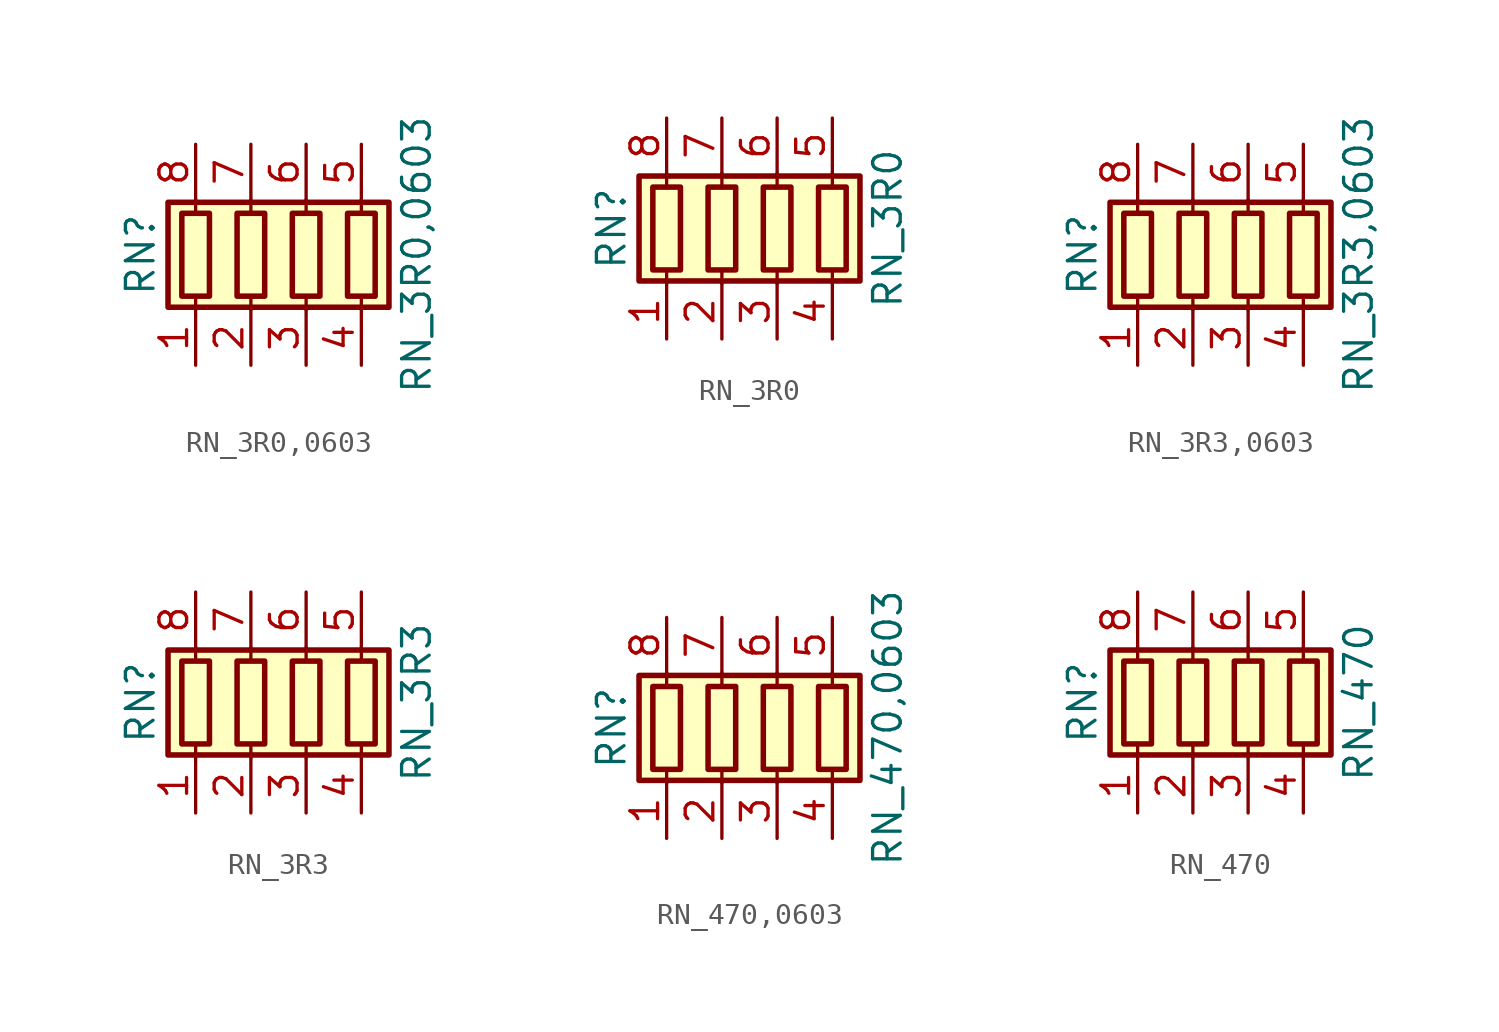
<source format=kicad_sym>
(kicad_symbol_lib
  (version 20211014)
  (generator kicad_symbol_editor)
  (symbol "RN_3R0,0603"
    (pin_names
      (offset 0) hide)
    (property "Reference" "RN"
      (at -7.62 0 90)
      (effects (font (size 1.27 1.27))))
    (property "Value" "RN_3R0,0603"
      (at 5.08 0 90)
      (effects (font (size 1.27 1.27))))
    (symbol "RN_3R0,0603_0_1"
      (rectangle (start -6.35 -2.413) (end 3.81 2.413) (stroke (width 0.254) (type default) (color 0 0 0 0)) (fill (type background)))
      (rectangle (start -5.715 1.905) (end -4.445 -1.905) (stroke (width 0.254) (type default) (color 0 0 0 0)) (fill (type none)))
      (rectangle (start -3.175 1.905) (end -1.905 -1.905) (stroke (width 0.254) (type default) (color 0 0 0 0)) (fill (type none)))
      (rectangle (start -0.635 1.905) (end 0.635 -1.905) (stroke (width 0.254) (type default) (color 0 0 0 0)) (fill (type none)))
      (polyline (pts (xy -5.08 -2.54) (xy -5.08 -1.905)) (stroke (width 0) (type default) (color 0 0 0 0)) (fill (type none)))
      (polyline (pts (xy -5.08 1.905) (xy -5.08 2.54)) (stroke (width 0) (type default) (color 0 0 0 0)) (fill (type none)))
      (polyline (pts (xy -2.54 -2.54) (xy -2.54 -1.905)) (stroke (width 0) (type default) (color 0 0 0 0)) (fill (type none)))
      (polyline (pts (xy -2.54 1.905) (xy -2.54 2.54)) (stroke (width 0) (type default) (color 0 0 0 0)) (fill (type none)))
      (polyline (pts (xy 0 -2.54) (xy 0 -1.905)) (stroke (width 0) (type default) (color 0 0 0 0)) (fill (type none)))
      (polyline (pts (xy 0 1.905) (xy 0 2.54)) (stroke (width 0) (type default) (color 0 0 0 0)) (fill (type none)))
      (polyline (pts (xy 2.54 -2.54) (xy 2.54 -1.905)) (stroke (width 0) (type default) (color 0 0 0 0)) (fill (type none)))
      (polyline (pts (xy 2.54 1.905) (xy 2.54 2.54)) (stroke (width 0) (type default) (color 0 0 0 0)) (fill (type none)))
      (rectangle (start 1.905 1.905) (end 3.175 -1.905) (stroke (width 0.254) (type default) (color 0 0 0 0)) (fill (type none))))
    (symbol "RN_3R0,0603_1_1"
      (pin passive line (at -5.08 -5.08 90) (length 2.54) (name "R1.1" (effects (font (size 1.27 1.27)))) (number "1" (effects (font (size 1.27 1.27)))))
      (pin passive line (at -2.54 -5.08 90) (length 2.54) (name "R2.1" (effects (font (size 1.27 1.27)))) (number "2" (effects (font (size 1.27 1.27)))))
      (pin passive line (at 0 -5.08 90) (length 2.54) (name "R3.1" (effects (font (size 1.27 1.27)))) (number "3" (effects (font (size 1.27 1.27)))))
      (pin passive line (at 2.54 -5.08 90) (length 2.54) (name "R4.1" (effects (font (size 1.27 1.27)))) (number "4" (effects (font (size 1.27 1.27)))))
      (pin passive line (at 2.54 5.08 270) (length 2.54) (name "R4.2" (effects (font (size 1.27 1.27)))) (number "5" (effects (font (size 1.27 1.27)))))
      (pin passive line (at 0 5.08 270) (length 2.54) (name "R3.2" (effects (font (size 1.27 1.27)))) (number "6" (effects (font (size 1.27 1.27)))))
      (pin passive line (at -2.54 5.08 270) (length 2.54) (name "R2.2" (effects (font (size 1.27 1.27)))) (number "7" (effects (font (size 1.27 1.27)))))
      (pin passive line (at -5.08 5.08 270) (length 2.54) (name "R1.2" (effects (font (size 1.27 1.27)))) (number "8" (effects (font (size 1.27 1.27)))))))
  (symbol "RN_3R0"
    (pin_names
      (offset 0) hide)
    (property "Reference" "RN"
      (at -7.62 0 90)
      (effects (font (size 1.27 1.27))))
    (property "Value" "RN_3R0"
      (at 5.08 0 90)
      (effects (font (size 1.27 1.27))))
    (symbol "RN_3R0_0_1"
      (rectangle (start -6.35 -2.413) (end 3.81 2.413) (stroke (width 0.254) (type default) (color 0 0 0 0)) (fill (type background)))
      (rectangle (start -5.715 1.905) (end -4.445 -1.905) (stroke (width 0.254) (type default) (color 0 0 0 0)) (fill (type none)))
      (rectangle (start -3.175 1.905) (end -1.905 -1.905) (stroke (width 0.254) (type default) (color 0 0 0 0)) (fill (type none)))
      (rectangle (start -0.635 1.905) (end 0.635 -1.905) (stroke (width 0.254) (type default) (color 0 0 0 0)) (fill (type none)))
      (polyline (pts (xy -5.08 -2.54) (xy -5.08 -1.905)) (stroke (width 0) (type default) (color 0 0 0 0)) (fill (type none)))
      (polyline (pts (xy -5.08 1.905) (xy -5.08 2.54)) (stroke (width 0) (type default) (color 0 0 0 0)) (fill (type none)))
      (polyline (pts (xy -2.54 -2.54) (xy -2.54 -1.905)) (stroke (width 0) (type default) (color 0 0 0 0)) (fill (type none)))
      (polyline (pts (xy -2.54 1.905) (xy -2.54 2.54)) (stroke (width 0) (type default) (color 0 0 0 0)) (fill (type none)))
      (polyline (pts (xy 0 -2.54) (xy 0 -1.905)) (stroke (width 0) (type default) (color 0 0 0 0)) (fill (type none)))
      (polyline (pts (xy 0 1.905) (xy 0 2.54)) (stroke (width 0) (type default) (color 0 0 0 0)) (fill (type none)))
      (polyline (pts (xy 2.54 -2.54) (xy 2.54 -1.905)) (stroke (width 0) (type default) (color 0 0 0 0)) (fill (type none)))
      (polyline (pts (xy 2.54 1.905) (xy 2.54 2.54)) (stroke (width 0) (type default) (color 0 0 0 0)) (fill (type none)))
      (rectangle (start 1.905 1.905) (end 3.175 -1.905) (stroke (width 0.254) (type default) (color 0 0 0 0)) (fill (type none))))
    (symbol "RN_3R0_1_1"
      (pin passive line (at -5.08 -5.08 90) (length 2.54) (name "R1.1" (effects (font (size 1.27 1.27)))) (number "1" (effects (font (size 1.27 1.27)))))
      (pin passive line (at -2.54 -5.08 90) (length 2.54) (name "R2.1" (effects (font (size 1.27 1.27)))) (number "2" (effects (font (size 1.27 1.27)))))
      (pin passive line (at 0 -5.08 90) (length 2.54) (name "R3.1" (effects (font (size 1.27 1.27)))) (number "3" (effects (font (size 1.27 1.27)))))
      (pin passive line (at 2.54 -5.08 90) (length 2.54) (name "R4.1" (effects (font (size 1.27 1.27)))) (number "4" (effects (font (size 1.27 1.27)))))
      (pin passive line (at 2.54 5.08 270) (length 2.54) (name "R4.2" (effects (font (size 1.27 1.27)))) (number "5" (effects (font (size 1.27 1.27)))))
      (pin passive line (at 0 5.08 270) (length 2.54) (name "R3.2" (effects (font (size 1.27 1.27)))) (number "6" (effects (font (size 1.27 1.27)))))
      (pin passive line (at -2.54 5.08 270) (length 2.54) (name "R2.2" (effects (font (size 1.27 1.27)))) (number "7" (effects (font (size 1.27 1.27)))))
      (pin passive line (at -5.08 5.08 270) (length 2.54) (name "R1.2" (effects (font (size 1.27 1.27)))) (number "8" (effects (font (size 1.27 1.27)))))))
  (symbol "RN_3R3,0603"
    (pin_names
      (offset 0) hide)
    (property "Reference" "RN"
      (at -7.62 0 90)
      (effects (font (size 1.27 1.27))))
    (property "Value" "RN_3R3,0603"
      (at 5.08 0 90)
      (effects (font (size 1.27 1.27))))
    (symbol "RN_3R3,0603_0_1"
      (rectangle (start -6.35 -2.413) (end 3.81 2.413) (stroke (width 0.254) (type default) (color 0 0 0 0)) (fill (type background)))
      (rectangle (start -5.715 1.905) (end -4.445 -1.905) (stroke (width 0.254) (type default) (color 0 0 0 0)) (fill (type none)))
      (rectangle (start -3.175 1.905) (end -1.905 -1.905) (stroke (width 0.254) (type default) (color 0 0 0 0)) (fill (type none)))
      (rectangle (start -0.635 1.905) (end 0.635 -1.905) (stroke (width 0.254) (type default) (color 0 0 0 0)) (fill (type none)))
      (polyline (pts (xy -5.08 -2.54) (xy -5.08 -1.905)) (stroke (width 0) (type default) (color 0 0 0 0)) (fill (type none)))
      (polyline (pts (xy -5.08 1.905) (xy -5.08 2.54)) (stroke (width 0) (type default) (color 0 0 0 0)) (fill (type none)))
      (polyline (pts (xy -2.54 -2.54) (xy -2.54 -1.905)) (stroke (width 0) (type default) (color 0 0 0 0)) (fill (type none)))
      (polyline (pts (xy -2.54 1.905) (xy -2.54 2.54)) (stroke (width 0) (type default) (color 0 0 0 0)) (fill (type none)))
      (polyline (pts (xy 0 -2.54) (xy 0 -1.905)) (stroke (width 0) (type default) (color 0 0 0 0)) (fill (type none)))
      (polyline (pts (xy 0 1.905) (xy 0 2.54)) (stroke (width 0) (type default) (color 0 0 0 0)) (fill (type none)))
      (polyline (pts (xy 2.54 -2.54) (xy 2.54 -1.905)) (stroke (width 0) (type default) (color 0 0 0 0)) (fill (type none)))
      (polyline (pts (xy 2.54 1.905) (xy 2.54 2.54)) (stroke (width 0) (type default) (color 0 0 0 0)) (fill (type none)))
      (rectangle (start 1.905 1.905) (end 3.175 -1.905) (stroke (width 0.254) (type default) (color 0 0 0 0)) (fill (type none))))
    (symbol "RN_3R3,0603_1_1"
      (pin passive line (at -5.08 -5.08 90) (length 2.54) (name "R1.1" (effects (font (size 1.27 1.27)))) (number "1" (effects (font (size 1.27 1.27)))))
      (pin passive line (at -2.54 -5.08 90) (length 2.54) (name "R2.1" (effects (font (size 1.27 1.27)))) (number "2" (effects (font (size 1.27 1.27)))))
      (pin passive line (at 0 -5.08 90) (length 2.54) (name "R3.1" (effects (font (size 1.27 1.27)))) (number "3" (effects (font (size 1.27 1.27)))))
      (pin passive line (at 2.54 -5.08 90) (length 2.54) (name "R4.1" (effects (font (size 1.27 1.27)))) (number "4" (effects (font (size 1.27 1.27)))))
      (pin passive line (at 2.54 5.08 270) (length 2.54) (name "R4.2" (effects (font (size 1.27 1.27)))) (number "5" (effects (font (size 1.27 1.27)))))
      (pin passive line (at 0 5.08 270) (length 2.54) (name "R3.2" (effects (font (size 1.27 1.27)))) (number "6" (effects (font (size 1.27 1.27)))))
      (pin passive line (at -2.54 5.08 270) (length 2.54) (name "R2.2" (effects (font (size 1.27 1.27)))) (number "7" (effects (font (size 1.27 1.27)))))
      (pin passive line (at -5.08 5.08 270) (length 2.54) (name "R1.2" (effects (font (size 1.27 1.27)))) (number "8" (effects (font (size 1.27 1.27)))))))
  (symbol "RN_3R3"
    (pin_names
      (offset 0) hide)
    (property "Reference" "RN"
      (at -7.62 0 90)
      (effects (font (size 1.27 1.27))))
    (property "Value" "RN_3R3"
      (at 5.08 0 90)
      (effects (font (size 1.27 1.27))))
    (symbol "RN_3R3_0_1"
      (rectangle (start -6.35 -2.413) (end 3.81 2.413) (stroke (width 0.254) (type default) (color 0 0 0 0)) (fill (type background)))
      (rectangle (start -5.715 1.905) (end -4.445 -1.905) (stroke (width 0.254) (type default) (color 0 0 0 0)) (fill (type none)))
      (rectangle (start -3.175 1.905) (end -1.905 -1.905) (stroke (width 0.254) (type default) (color 0 0 0 0)) (fill (type none)))
      (rectangle (start -0.635 1.905) (end 0.635 -1.905) (stroke (width 0.254) (type default) (color 0 0 0 0)) (fill (type none)))
      (polyline (pts (xy -5.08 -2.54) (xy -5.08 -1.905)) (stroke (width 0) (type default) (color 0 0 0 0)) (fill (type none)))
      (polyline (pts (xy -5.08 1.905) (xy -5.08 2.54)) (stroke (width 0) (type default) (color 0 0 0 0)) (fill (type none)))
      (polyline (pts (xy -2.54 -2.54) (xy -2.54 -1.905)) (stroke (width 0) (type default) (color 0 0 0 0)) (fill (type none)))
      (polyline (pts (xy -2.54 1.905) (xy -2.54 2.54)) (stroke (width 0) (type default) (color 0 0 0 0)) (fill (type none)))
      (polyline (pts (xy 0 -2.54) (xy 0 -1.905)) (stroke (width 0) (type default) (color 0 0 0 0)) (fill (type none)))
      (polyline (pts (xy 0 1.905) (xy 0 2.54)) (stroke (width 0) (type default) (color 0 0 0 0)) (fill (type none)))
      (polyline (pts (xy 2.54 -2.54) (xy 2.54 -1.905)) (stroke (width 0) (type default) (color 0 0 0 0)) (fill (type none)))
      (polyline (pts (xy 2.54 1.905) (xy 2.54 2.54)) (stroke (width 0) (type default) (color 0 0 0 0)) (fill (type none)))
      (rectangle (start 1.905 1.905) (end 3.175 -1.905) (stroke (width 0.254) (type default) (color 0 0 0 0)) (fill (type none))))
    (symbol "RN_3R3_1_1"
      (pin passive line (at -5.08 -5.08 90) (length 2.54) (name "R1.1" (effects (font (size 1.27 1.27)))) (number "1" (effects (font (size 1.27 1.27)))))
      (pin passive line (at -2.54 -5.08 90) (length 2.54) (name "R2.1" (effects (font (size 1.27 1.27)))) (number "2" (effects (font (size 1.27 1.27)))))
      (pin passive line (at 0 -5.08 90) (length 2.54) (name "R3.1" (effects (font (size 1.27 1.27)))) (number "3" (effects (font (size 1.27 1.27)))))
      (pin passive line (at 2.54 -5.08 90) (length 2.54) (name "R4.1" (effects (font (size 1.27 1.27)))) (number "4" (effects (font (size 1.27 1.27)))))
      (pin passive line (at 2.54 5.08 270) (length 2.54) (name "R4.2" (effects (font (size 1.27 1.27)))) (number "5" (effects (font (size 1.27 1.27)))))
      (pin passive line (at 0 5.08 270) (length 2.54) (name "R3.2" (effects (font (size 1.27 1.27)))) (number "6" (effects (font (size 1.27 1.27)))))
      (pin passive line (at -2.54 5.08 270) (length 2.54) (name "R2.2" (effects (font (size 1.27 1.27)))) (number "7" (effects (font (size 1.27 1.27)))))
      (pin passive line (at -5.08 5.08 270) (length 2.54) (name "R1.2" (effects (font (size 1.27 1.27)))) (number "8" (effects (font (size 1.27 1.27)))))))
  (symbol "RN_470,0603"
    (pin_names
      (offset 0) hide)
    (property "Reference" "RN"
      (at -7.62 0 90)
      (effects (font (size 1.27 1.27))))
    (property "Value" "RN_470,0603"
      (at 5.08 0 90)
      (effects (font (size 1.27 1.27))))
    (symbol "RN_470,0603_0_1"
      (rectangle (start -6.35 -2.413) (end 3.81 2.413) (stroke (width 0.254) (type default) (color 0 0 0 0)) (fill (type background)))
      (rectangle (start -5.715 1.905) (end -4.445 -1.905) (stroke (width 0.254) (type default) (color 0 0 0 0)) (fill (type none)))
      (rectangle (start -3.175 1.905) (end -1.905 -1.905) (stroke (width 0.254) (type default) (color 0 0 0 0)) (fill (type none)))
      (rectangle (start -0.635 1.905) (end 0.635 -1.905) (stroke (width 0.254) (type default) (color 0 0 0 0)) (fill (type none)))
      (polyline (pts (xy -5.08 -2.54) (xy -5.08 -1.905)) (stroke (width 0) (type default) (color 0 0 0 0)) (fill (type none)))
      (polyline (pts (xy -5.08 1.905) (xy -5.08 2.54)) (stroke (width 0) (type default) (color 0 0 0 0)) (fill (type none)))
      (polyline (pts (xy -2.54 -2.54) (xy -2.54 -1.905)) (stroke (width 0) (type default) (color 0 0 0 0)) (fill (type none)))
      (polyline (pts (xy -2.54 1.905) (xy -2.54 2.54)) (stroke (width 0) (type default) (color 0 0 0 0)) (fill (type none)))
      (polyline (pts (xy 0 -2.54) (xy 0 -1.905)) (stroke (width 0) (type default) (color 0 0 0 0)) (fill (type none)))
      (polyline (pts (xy 0 1.905) (xy 0 2.54)) (stroke (width 0) (type default) (color 0 0 0 0)) (fill (type none)))
      (polyline (pts (xy 2.54 -2.54) (xy 2.54 -1.905)) (stroke (width 0) (type default) (color 0 0 0 0)) (fill (type none)))
      (polyline (pts (xy 2.54 1.905) (xy 2.54 2.54)) (stroke (width 0) (type default) (color 0 0 0 0)) (fill (type none)))
      (rectangle (start 1.905 1.905) (end 3.175 -1.905) (stroke (width 0.254) (type default) (color 0 0 0 0)) (fill (type none))))
    (symbol "RN_470,0603_1_1"
      (pin passive line (at -5.08 -5.08 90) (length 2.54) (name "R1.1" (effects (font (size 1.27 1.27)))) (number "1" (effects (font (size 1.27 1.27)))))
      (pin passive line (at -2.54 -5.08 90) (length 2.54) (name "R2.1" (effects (font (size 1.27 1.27)))) (number "2" (effects (font (size 1.27 1.27)))))
      (pin passive line (at 0 -5.08 90) (length 2.54) (name "R3.1" (effects (font (size 1.27 1.27)))) (number "3" (effects (font (size 1.27 1.27)))))
      (pin passive line (at 2.54 -5.08 90) (length 2.54) (name "R4.1" (effects (font (size 1.27 1.27)))) (number "4" (effects (font (size 1.27 1.27)))))
      (pin passive line (at 2.54 5.08 270) (length 2.54) (name "R4.2" (effects (font (size 1.27 1.27)))) (number "5" (effects (font (size 1.27 1.27)))))
      (pin passive line (at 0 5.08 270) (length 2.54) (name "R3.2" (effects (font (size 1.27 1.27)))) (number "6" (effects (font (size 1.27 1.27)))))
      (pin passive line (at -2.54 5.08 270) (length 2.54) (name "R2.2" (effects (font (size 1.27 1.27)))) (number "7" (effects (font (size 1.27 1.27)))))
      (pin passive line (at -5.08 5.08 270) (length 2.54) (name "R1.2" (effects (font (size 1.27 1.27)))) (number "8" (effects (font (size 1.27 1.27)))))))
  (symbol "RN_470"
    (pin_names
      (offset 0) hide)
    (property "Reference" "RN"
      (at -7.62 0 90)
      (effects (font (size 1.27 1.27))))
    (property "Value" "RN_470"
      (at 5.08 0 90)
      (effects (font (size 1.27 1.27))))
    (symbol "RN_470_0_1"
      (rectangle (start -6.35 -2.413) (end 3.81 2.413) (stroke (width 0.254) (type default) (color 0 0 0 0)) (fill (type background)))
      (rectangle (start -5.715 1.905) (end -4.445 -1.905) (stroke (width 0.254) (type default) (color 0 0 0 0)) (fill (type none)))
      (rectangle (start -3.175 1.905) (end -1.905 -1.905) (stroke (width 0.254) (type default) (color 0 0 0 0)) (fill (type none)))
      (rectangle (start -0.635 1.905) (end 0.635 -1.905) (stroke (width 0.254) (type default) (color 0 0 0 0)) (fill (type none)))
      (polyline (pts (xy -5.08 -2.54) (xy -5.08 -1.905)) (stroke (width 0) (type default) (color 0 0 0 0)) (fill (type none)))
      (polyline (pts (xy -5.08 1.905) (xy -5.08 2.54)) (stroke (width 0) (type default) (color 0 0 0 0)) (fill (type none)))
      (polyline (pts (xy -2.54 -2.54) (xy -2.54 -1.905)) (stroke (width 0) (type default) (color 0 0 0 0)) (fill (type none)))
      (polyline (pts (xy -2.54 1.905) (xy -2.54 2.54)) (stroke (width 0) (type default) (color 0 0 0 0)) (fill (type none)))
      (polyline (pts (xy 0 -2.54) (xy 0 -1.905)) (stroke (width 0) (type default) (color 0 0 0 0)) (fill (type none)))
      (polyline (pts (xy 0 1.905) (xy 0 2.54)) (stroke (width 0) (type default) (color 0 0 0 0)) (fill (type none)))
      (polyline (pts (xy 2.54 -2.54) (xy 2.54 -1.905)) (stroke (width 0) (type default) (color 0 0 0 0)) (fill (type none)))
      (polyline (pts (xy 2.54 1.905) (xy 2.54 2.54)) (stroke (width 0) (type default) (color 0 0 0 0)) (fill (type none)))
      (rectangle (start 1.905 1.905) (end 3.175 -1.905) (stroke (width 0.254) (type default) (color 0 0 0 0)) (fill (type none))))
    (symbol "RN_470_1_1"
      (pin passive line (at -5.08 -5.08 90) (length 2.54) (name "R1.1" (effects (font (size 1.27 1.27)))) (number "1" (effects (font (size 1.27 1.27)))))
      (pin passive line (at -2.54 -5.08 90) (length 2.54) (name "R2.1" (effects (font (size 1.27 1.27)))) (number "2" (effects (font (size 1.27 1.27)))))
      (pin passive line (at 0 -5.08 90) (length 2.54) (name "R3.1" (effects (font (size 1.27 1.27)))) (number "3" (effects (font (size 1.27 1.27)))))
      (pin passive line (at 2.54 -5.08 90) (length 2.54) (name "R4.1" (effects (font (size 1.27 1.27)))) (number "4" (effects (font (size 1.27 1.27)))))
      (pin passive line (at 2.54 5.08 270) (length 2.54) (name "R4.2" (effects (font (size 1.27 1.27)))) (number "5" (effects (font (size 1.27 1.27)))))
      (pin passive line (at 0 5.08 270) (length 2.54) (name "R3.2" (effects (font (size 1.27 1.27)))) (number "6" (effects (font (size 1.27 1.27)))))
      (pin passive line (at -2.54 5.08 270) (length 2.54) (name "R2.2" (effects (font (size 1.27 1.27)))) (number "7" (effects (font (size 1.27 1.27)))))
      (pin passive line (at -5.08 5.08 270) (length 2.54) (name "R1.2" (effects (font (size 1.27 1.27)))) (number "8" (effects (font (size 1.27 1.27))))))))
</source>
